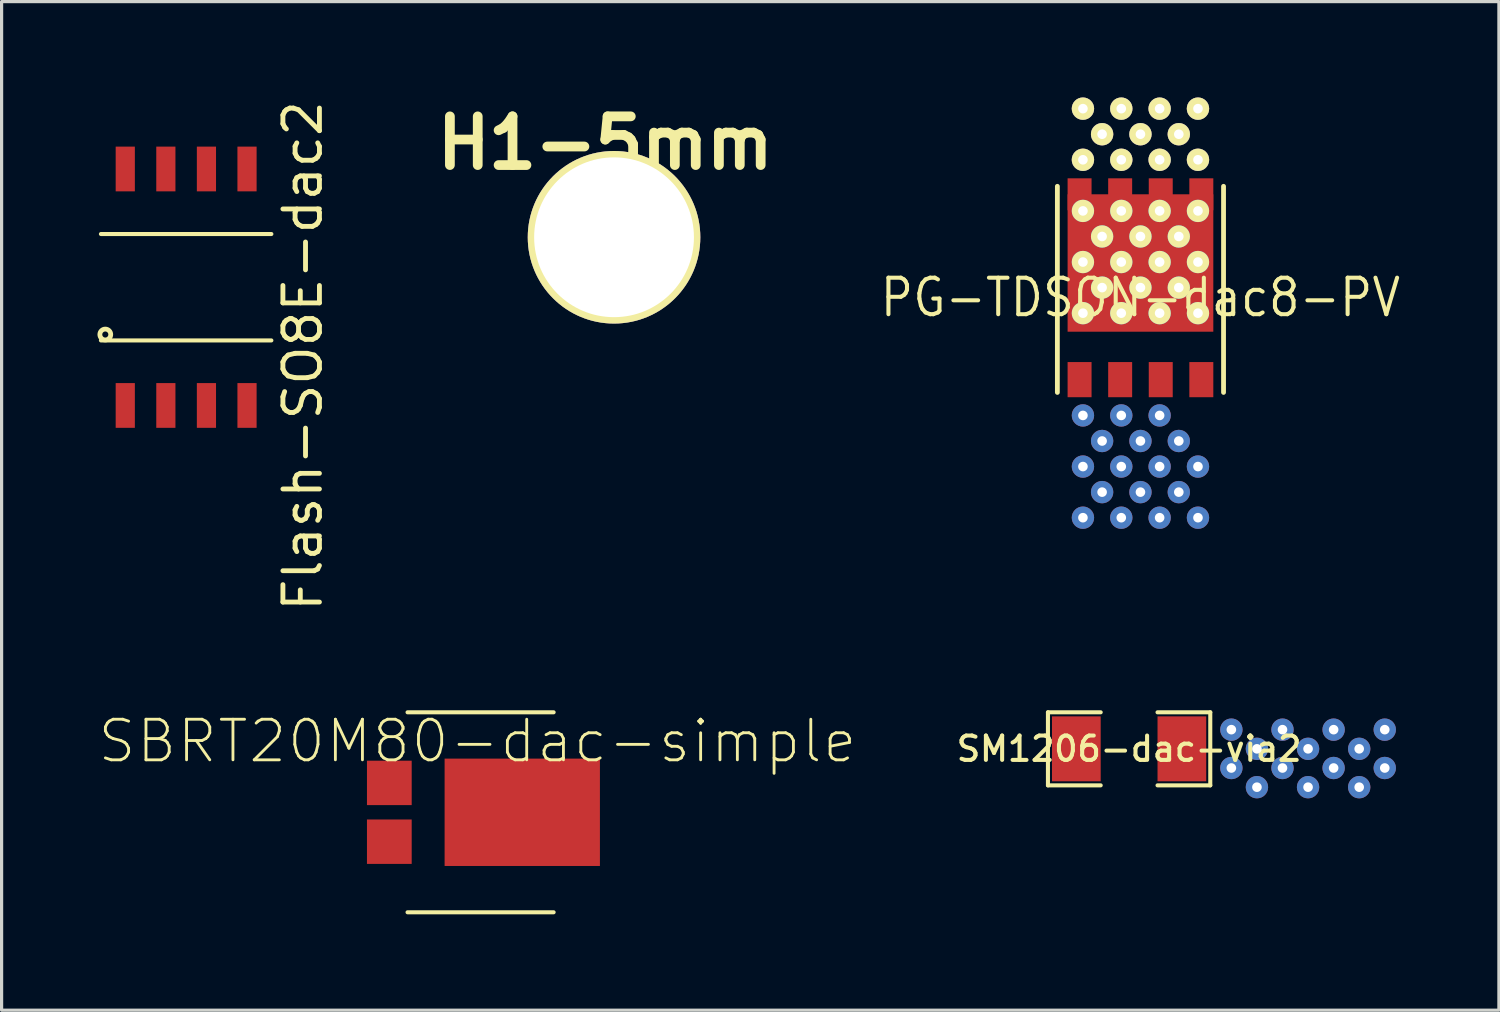
<source format=kicad_pcb>
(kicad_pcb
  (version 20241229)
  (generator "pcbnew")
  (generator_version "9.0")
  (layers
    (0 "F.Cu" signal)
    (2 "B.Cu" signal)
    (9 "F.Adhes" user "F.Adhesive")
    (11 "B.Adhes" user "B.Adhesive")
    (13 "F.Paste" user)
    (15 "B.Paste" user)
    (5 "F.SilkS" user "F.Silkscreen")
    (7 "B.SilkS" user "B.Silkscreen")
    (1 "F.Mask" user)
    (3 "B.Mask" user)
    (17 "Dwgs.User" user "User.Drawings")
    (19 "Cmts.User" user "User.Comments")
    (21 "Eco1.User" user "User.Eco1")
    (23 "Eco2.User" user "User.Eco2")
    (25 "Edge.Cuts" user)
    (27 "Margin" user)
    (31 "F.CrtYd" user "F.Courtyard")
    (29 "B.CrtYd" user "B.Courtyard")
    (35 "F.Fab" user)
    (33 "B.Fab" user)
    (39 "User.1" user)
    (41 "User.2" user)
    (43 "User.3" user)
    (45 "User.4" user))
  (footprint "PG-TDSON-dac8-PV"
    (layer "F.Cu")
    (at 32.638 7.53)
    (property "Reference" "PG-TDSON-dac8-PV" (at 0 -1.27 0) (layer "F.SilkS") (effects (font (size 1.143 1.016) (thickness 0.127))))
    (attr smd)
    (fp_line (start -2.6 -4.75) (end -2.6 1.7) (stroke (width 0.15) (type solid)) (layer "F.SilkS"))
    (fp_line (start 2.6 -4.75) (end 2.6 1.7) (stroke (width 0.15) (type solid)) (layer "F.SilkS"))
    (pad "D" smd rect (at -1.905 -4.5) (size 0.75 1) (layers "F.Cu" "F.Mask" "F.Paste"))
    (pad "D" thru_hole circle (at -1.8 -7.18) (size 0.7 0.7) (drill 0.3) (layers "*.Cu" "*.Mask" "F.SilkS"))
    (pad "D" thru_hole circle (at -1.8 -5.58) (size 0.7 0.7) (drill 0.3) (layers "*.Cu" "*.Mask" "F.SilkS"))
    (pad "D" thru_hole circle (at -1.8 -3.98) (size 0.7 0.7) (drill 0.3) (layers "*.Cu" "*.Mask" "F.SilkS"))
    (pad "D" thru_hole circle (at -1.8 -2.38) (size 0.7 0.7) (drill 0.3) (layers "*.Cu" "*.Mask" "F.SilkS"))
    (pad "D" thru_hole circle (at -1.8 -0.78) (size 0.7 0.7) (drill 0.3) (layers "*.Cu" "*.Mask" "F.SilkS"))
    (pad "D" thru_hole circle (at -1.2 -6.38) (size 0.7 0.7) (drill 0.3) (layers "*.Cu" "*.Mask" "F.SilkS"))
    (pad "D" thru_hole circle (at -1.2 -3.18) (size 0.7 0.7) (drill 0.3) (layers "*.Cu" "*.Mask" "F.SilkS"))
    (pad "D" thru_hole circle (at -1.2 -1.58) (size 0.7 0.7) (drill 0.3) (layers "*.Cu" "*.Mask" "F.SilkS"))
    (pad "D" smd rect (at -1.15 -3) (size 1.8 1.5) (layers "*.Paste" "F.Cu"))
    (pad "D" smd rect (at -1.15 -1.175) (size 1.8 1.5) (layers "*.Paste" "F.Cu"))
    (pad "D" smd rect (at -0.635 -4.5) (size 0.75 1) (layers "F.Cu" "F.Mask" "F.Paste"))
    (pad "D" thru_hole circle (at -0.6 -7.18) (size 0.7 0.7) (drill 0.3) (layers "*.Cu" "*.Mask" "F.SilkS"))
    (pad "D" thru_hole circle (at -0.6 -5.58) (size 0.7 0.7) (drill 0.3) (layers "*.Cu" "*.Mask" "F.SilkS"))
    (pad "D" thru_hole circle (at -0.6 -3.98) (size 0.7 0.7) (drill 0.3) (layers "*.Cu" "*.Mask" "F.SilkS"))
    (pad "D" thru_hole circle (at -0.6 -2.38) (size 0.7 0.7) (drill 0.3) (layers "*.Cu" "*.Mask" "F.SilkS"))
    (pad "D" thru_hole circle (at -0.6 -0.78) (size 0.7 0.7) (drill 0.3) (layers "*.Cu" "*.Mask" "F.SilkS"))
    (pad "D" thru_hole circle (at 0 -6.38) (size 0.7 0.7) (drill 0.3) (layers "*.Cu" "*.Mask" "F.SilkS"))
    (pad "D" thru_hole circle (at 0 -3.18) (size 0.7 0.7) (drill 0.3) (layers "*.Cu" "*.Mask" "F.SilkS"))
    (pad "D" smd rect (at 0 -2.35) (size 4.56 4.3) (layers "F.Cu" "F.Mask"))
    (pad "D" thru_hole circle (at 0 -1.58) (size 0.7 0.7) (drill 0.3) (layers "*.Cu" "*.Mask" "F.SilkS"))
    (pad "D" thru_hole circle (at 0.6 -7.18) (size 0.7 0.7) (drill 0.3) (layers "*.Cu" "*.Mask" "F.SilkS"))
    (pad "D" thru_hole circle (at 0.6 -5.58) (size 0.7 0.7) (drill 0.3) (layers "*.Cu" "*.Mask" "F.SilkS"))
    (pad "D" thru_hole circle (at 0.6 -3.98) (size 0.7 0.7) (drill 0.3) (layers "*.Cu" "*.Mask" "F.SilkS"))
    (pad "D" thru_hole circle (at 0.6 -2.38) (size 0.7 0.7) (drill 0.3) (layers "*.Cu" "*.Mask" "F.SilkS"))
    (pad "D" thru_hole circle (at 0.6 -0.78) (size 0.7 0.7) (drill 0.3) (layers "*.Cu" "*.Mask" "F.SilkS"))
    (pad "D" smd rect (at 0.635 -4.5) (size 0.75 1) (layers "F.Cu" "F.Mask" "F.Paste"))
    (pad "D" smd rect (at 1.15 -3) (size 1.8 1.5) (layers "*.Paste" "F.Cu"))
    (pad "D" smd rect (at 1.15 -1.175) (size 1.8 1.5) (layers "*.Paste" "F.Cu"))
    (pad "D" thru_hole circle (at 1.2 -6.38) (size 0.7 0.7) (drill 0.3) (layers "*.Cu" "*.Mask" "F.SilkS"))
    (pad "D" thru_hole circle (at 1.2 -3.18) (size 0.7 0.7) (drill 0.3) (layers "*.Cu" "*.Mask" "F.SilkS"))
    (pad "D" thru_hole circle (at 1.2 -1.58) (size 0.7 0.7) (drill 0.3) (layers "*.Cu" "*.Mask" "F.SilkS"))
    (pad "D" thru_hole circle (at 1.8 -7.18) (size 0.7 0.7) (drill 0.3) (layers "*.Cu" "*.Mask" "F.SilkS"))
    (pad "D" thru_hole circle (at 1.8 -5.58) (size 0.7 0.7) (drill 0.3) (layers "*.Cu" "*.Mask" "F.SilkS"))
    (pad "D" thru_hole circle (at 1.8 -3.98) (size 0.7 0.7) (drill 0.3) (layers "*.Cu" "*.Mask" "F.SilkS"))
    (pad "D" thru_hole circle (at 1.8 -2.38) (size 0.7 0.7) (drill 0.3) (layers "*.Cu" "*.Mask" "F.SilkS"))
    (pad "D" thru_hole circle (at 1.8 -0.78) (size 0.7 0.7) (drill 0.3) (layers "*.Cu" "*.Mask" "F.SilkS"))
    (pad "D" smd rect (at 1.905 -4.5) (size 0.75 1) (layers "F.Cu" "F.Mask" "F.Paste"))
    (pad "G" smd rect (at 1.905 1.3) (size 0.75 1.1) (layers "F.Cu" "F.Mask" "F.Paste"))
    (pad "S" smd rect (at -1.905 1.3) (size 0.75 1.1) (layers "F.Cu" "F.Mask" "F.Paste"))
    (pad "S" thru_hole circle (at -1.8 2.42) (size 0.7 0.7) (drill 0.3) (layers "*.Cu"))
    (pad "S" thru_hole circle (at -1.8 4.02) (size 0.7 0.7) (drill 0.3) (layers "*.Cu"))
    (pad "S" thru_hole circle (at -1.8 5.62) (size 0.7 0.7) (drill 0.3) (layers "*.Cu"))
    (pad "S" thru_hole circle (at -1.2 3.22) (size 0.7 0.7) (drill 0.3) (layers "*.Cu"))
    (pad "S" thru_hole circle (at -1.2 4.82) (size 0.7 0.7) (drill 0.3) (layers "*.Cu"))
    (pad "S" smd rect (at -0.635 1.3) (size 0.75 1.1) (layers "F.Cu" "F.Mask" "F.Paste"))
    (pad "S" thru_hole circle (at -0.6 2.42) (size 0.7 0.7) (drill 0.3) (layers "*.Cu"))
    (pad "S" thru_hole circle (at -0.6 4.02) (size 0.7 0.7) (drill 0.3) (layers "*.Cu"))
    (pad "S" thru_hole circle (at -0.6 5.62) (size 0.7 0.7) (drill 0.3) (layers "*.Cu"))
    (pad "S" thru_hole circle (at 0 3.22) (size 0.7 0.7) (drill 0.3) (layers "*.Cu"))
    (pad "S" thru_hole circle (at 0 4.82) (size 0.7 0.7) (drill 0.3) (layers "*.Cu"))
    (pad "S" thru_hole circle (at 0.6 2.42) (size 0.7 0.7) (drill 0.3) (layers "*.Cu"))
    (pad "S" thru_hole circle (at 0.6 4.02) (size 0.7 0.7) (drill 0.3) (layers "*.Cu"))
    (pad "S" thru_hole circle (at 0.6 5.62) (size 0.7 0.7) (drill 0.3) (layers "*.Cu"))
    (pad "S" smd rect (at 0.635 1.3) (size 0.75 1.1) (layers "F.Cu" "F.Mask" "F.Paste"))
    (pad "S" thru_hole circle (at 1.2 3.22) (size 0.7 0.7) (drill 0.3) (layers "*.Cu"))
    (pad "S" thru_hole circle (at 1.2 4.82) (size 0.7 0.7) (drill 0.3) (layers "*.Cu"))
    (pad "S" thru_hole circle (at 1.8 4.02) (size 0.7 0.7) (drill 0.3) (layers "*.Cu"))
    (pad "S" thru_hole circle (at 1.8 5.62) (size 0.7 0.7) (drill 0.3) (layers "*.Cu")))
  (footprint "SBRT20M80-dac-simple"
    (layer "F.Cu")
    (at 11.989 22.369)
    (property "Reference" "SBRT20M80-dac-simple" (at -0.099 -2.225 0) (layer "F.SilkS") (effects (font (size 1.27 1.27) (thickness 0.089))))
    (attr smd)
    (fp_line (start -2.286 -3.129) (end 2.286 -3.129) (stroke (width 0.127) (type solid)) (layer "F.SilkS"))
    (fp_line (start -2.286 3.129) (end 2.286 3.129) (stroke (width 0.127) (type solid)) (layer "F.SilkS"))
    (pad "1" smd rect (at -2.856 -0.92) (size 1.4 1.39) (layers "F.Cu" "F.Mask" "F.Paste"))
    (pad "1" smd rect (at -2.856 0.92) (size 1.4 1.39) (layers "F.Cu" "F.Mask" "F.Paste"))
    (pad "2" smd rect (at 1.304 0) (size 4.86 3.36) (layers "F.Cu" "F.Mask" "F.Paste")))
  (footprint "SM1206-dac-via2"
    (layer "F.Cu")
    (at 32.283 20.383)
    (property "Reference" "SM1206-dac-via2" (at 0 0 0) (layer "F.SilkS") (effects (font (size 0.762 0.762) (thickness 0.127))))
    (attr smd)
    (fp_line (start -2.54 -1.143) (end -2.54 1.143) (stroke (width 0.127) (type solid)) (layer "F.SilkS"))
    (fp_line (start -2.54 1.143) (end -0.889 1.143) (stroke (width 0.127) (type solid)) (layer "F.SilkS"))
    (fp_line (start -0.889 -1.143) (end -2.54 -1.143) (stroke (width 0.127) (type solid)) (layer "F.SilkS"))
    (fp_line (start 0.889 -1.143) (end 2.54 -1.143) (stroke (width 0.127) (type solid)) (layer "F.SilkS"))
    (fp_line (start 2.54 -1.143) (end 2.54 1.143) (stroke (width 0.127) (type solid)) (layer "F.SilkS"))
    (fp_line (start 2.54 1.143) (end 0.889 1.143) (stroke (width 0.127) (type solid)) (layer "F.SilkS"))
    (pad "1" smd rect (at -1.651 0) (size 1.524 2.032) (layers "F.Cu" "F.Mask" "F.Paste"))
    (pad "2" smd rect (at 1.651 0) (size 1.524 2.032) (layers "F.Cu" "F.Mask" "F.Paste"))
    (pad "2" thru_hole circle (at 3.2 -0.6) (size 0.7 0.7) (drill 0.3) (layers "*.Cu"))
    (pad "2" thru_hole circle (at 3.2 0.6) (size 0.7 0.7) (drill 0.3) (layers "*.Cu"))
    (pad "2" thru_hole circle (at 4 0) (size 0.7 0.7) (drill 0.3) (layers "*.Cu"))
    (pad "2" thru_hole circle (at 4 1.2) (size 0.7 0.7) (drill 0.3) (layers "*.Cu"))
    (pad "2" thru_hole circle (at 4.8 -0.6) (size 0.7 0.7) (drill 0.3) (layers "*.Cu"))
    (pad "2" thru_hole circle (at 4.8 0.6) (size 0.7 0.7) (drill 0.3) (layers "*.Cu"))
    (pad "2" thru_hole circle (at 5.6 0) (size 0.7 0.7) (drill 0.3) (layers "*.Cu"))
    (pad "2" thru_hole circle (at 5.6 1.2) (size 0.7 0.7) (drill 0.3) (layers "*.Cu"))
    (pad "2" thru_hole circle (at 6.4 -0.6) (size 0.7 0.7) (drill 0.3) (layers "*.Cu"))
    (pad "2" thru_hole circle (at 6.4 0.6) (size 0.7 0.7) (drill 0.3) (layers "*.Cu"))
    (pad "2" thru_hole circle (at 7.2 0) (size 0.7 0.7) (drill 0.3) (layers "*.Cu"))
    (pad "2" thru_hole circle (at 7.2 1.2) (size 0.7 0.7) (drill 0.3) (layers "*.Cu"))
    (pad "2" thru_hole circle (at 8 -0.6) (size 0.7 0.7) (drill 0.3) (layers "*.Cu"))
    (pad "2" thru_hole circle (at 8 0.6) (size 0.7 0.7) (drill 0.3) (layers "*.Cu")))
  (footprint "H1-5mm"
    (layer "F.Cu")
    (at 16.165 4.375)
    (property "Reference" "H1-5mm" (at -0.274 -2.949 0) (layer "F.SilkS") (effects (font (size 1.524 1.524) (thickness 0.305))))
    (attr through_hole)
    (pad "" thru_hole circle (at 0 0) (size 5.4 5.4) (drill 5) (layers "*.Cu" "*.Mask" "F.SilkS")))
  (footprint "Flash-SO8E-dac2"
    (layer "F.Cu")
    (at 2.775 5.938)
    (property "Reference" "Flash-SO8E-dac2" (at 3.65 2.15 90) (layer "F.SilkS") (effects (font (size 1.143 1.143) (thickness 0.152))))
    (attr smd)
    (fp_line (start -2.667 1.665) (end 2.667 1.665) (stroke (width 0.127) (type solid)) (layer "F.SilkS"))
    (fp_line (start 2.667 -1.665) (end -2.667 -1.665) (stroke (width 0.127) (type solid)) (layer "F.SilkS"))
    (fp_circle (center -2.53 1.48) (end -2.61 1.63) (stroke (width 0.15) (type solid)) (fill no) (layer "F.SilkS"))
    (pad "1" smd rect (at -1.905 3.7) (size 0.6 1.4) (layers "F.Cu" "F.Mask" "F.Paste"))
    (pad "2" smd rect (at -0.635 3.7) (size 0.6 1.4) (layers "F.Cu" "F.Mask" "F.Paste"))
    (pad "3" smd rect (at 0.635 3.7) (size 0.6 1.4) (layers "F.Cu" "F.Mask" "F.Paste"))
    (pad "4" smd rect (at 1.905 3.7) (size 0.6 1.4) (layers "F.Cu" "F.Mask" "F.Paste"))
    (pad "5" smd rect (at 1.905 -3.7) (size 0.6 1.4) (layers "F.Cu" "F.Mask" "F.Paste"))
    (pad "6" smd rect (at 0.635 -3.7) (size 0.6 1.4) (layers "F.Cu" "F.Mask" "F.Paste"))
    (pad "7" smd rect (at -0.635 -3.7) (size 0.6 1.4) (layers "F.Cu" "F.Mask" "F.Paste"))
    (pad "8" smd rect (at -1.905 -3.7) (size 0.6 1.4) (layers "F.Cu" "F.Mask" "F.Paste")))
  (gr_rect
    (start -3 -3)
    (end 43.855 28.562)
    (stroke (width 0.1) (type default))
    (fill no)
    (layer "Edge.Cuts")))
</source>
